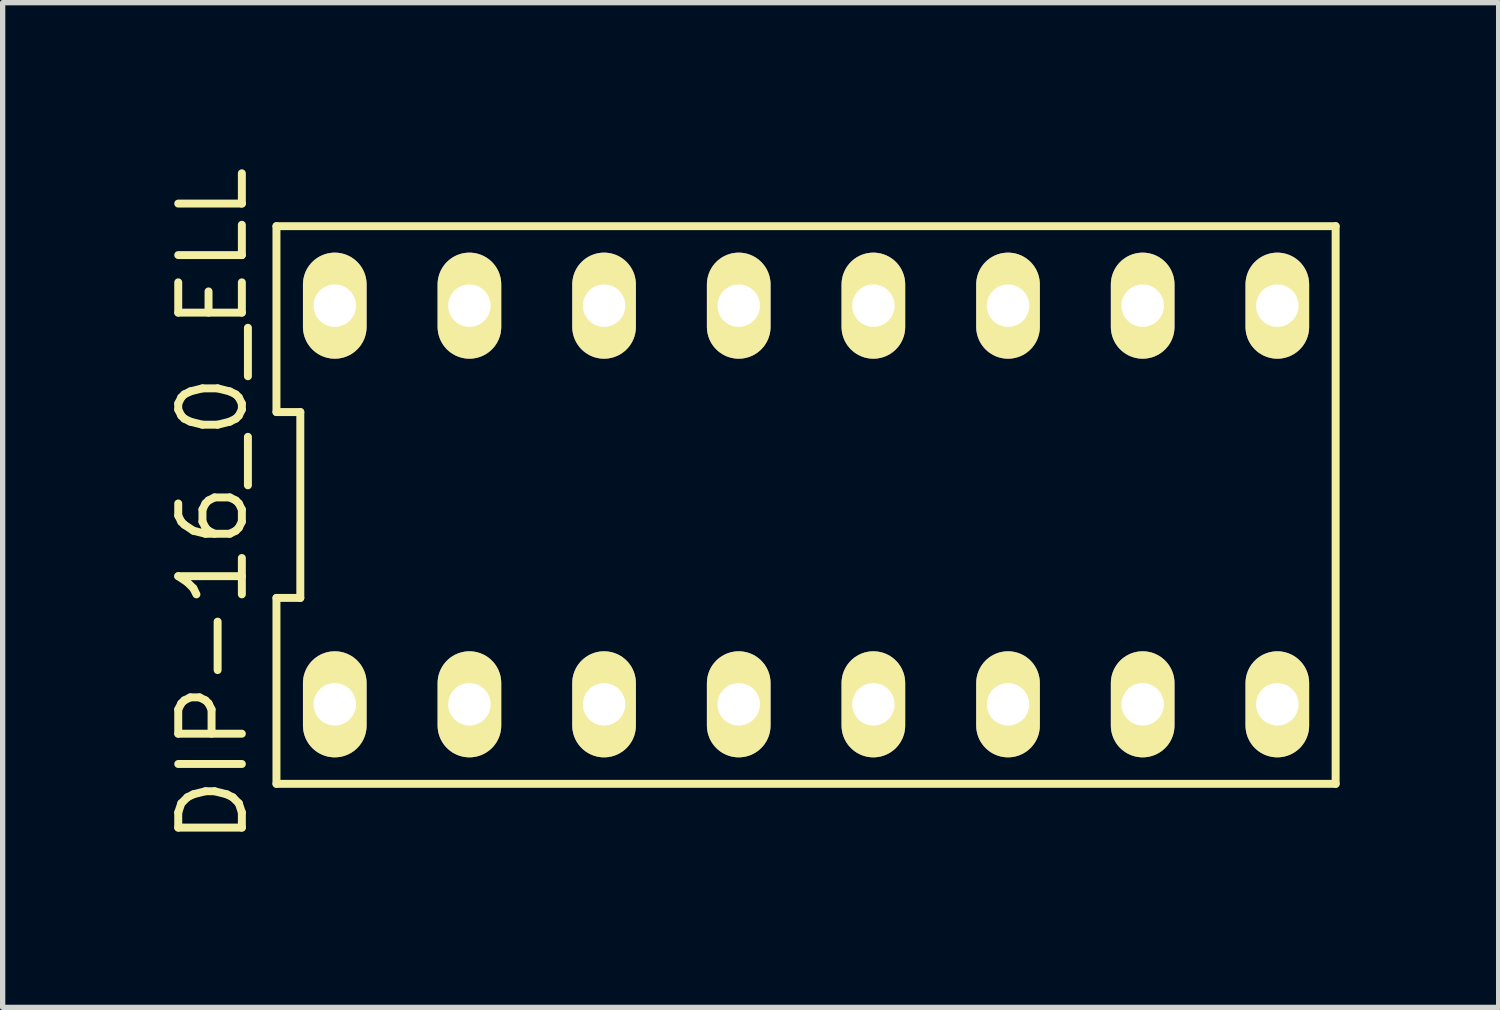
<source format=kicad_pcb>
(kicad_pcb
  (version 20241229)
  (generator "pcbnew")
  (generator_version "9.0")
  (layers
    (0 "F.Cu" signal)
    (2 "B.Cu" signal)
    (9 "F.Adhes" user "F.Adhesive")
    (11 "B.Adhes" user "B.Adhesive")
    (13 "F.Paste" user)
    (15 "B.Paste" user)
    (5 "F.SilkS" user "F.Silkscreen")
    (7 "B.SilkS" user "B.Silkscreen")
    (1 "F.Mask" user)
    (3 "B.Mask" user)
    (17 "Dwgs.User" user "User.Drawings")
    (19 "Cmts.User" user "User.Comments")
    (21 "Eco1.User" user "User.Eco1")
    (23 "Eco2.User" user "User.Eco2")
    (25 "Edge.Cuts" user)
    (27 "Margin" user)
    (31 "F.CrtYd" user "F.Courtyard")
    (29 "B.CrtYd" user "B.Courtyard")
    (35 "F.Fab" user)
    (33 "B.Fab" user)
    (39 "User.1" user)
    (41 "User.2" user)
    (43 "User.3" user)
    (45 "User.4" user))
  (footprint "DIP-16_0_ELL"
    (layer "F.Cu")
    (at 12.155 6.476)
    (property "Reference" "DIP-16_0_ELL" (at -11.19 0 90) (layer "F.SilkS") (effects (font (size 1.2 1.2) (thickness 0.15))))
    (attr through_hole)
    (fp_line (start -9.99 -5.26) (end -9.99 -1.753) (stroke (width 0.15) (type solid)) (layer "F.SilkS"))
    (fp_line (start -9.99 -1.753) (end -9.54 -1.753) (stroke (width 0.15) (type solid)) (layer "F.SilkS"))
    (fp_line (start -9.99 1.753) (end -9.99 5.26) (stroke (width 0.15) (type solid)) (layer "F.SilkS"))
    (fp_line (start -9.99 5.26) (end 9.99 5.26) (stroke (width 0.15) (type solid)) (layer "F.SilkS"))
    (fp_line (start -9.54 -1.753) (end -9.54 1.753) (stroke (width 0.15) (type solid)) (layer "F.SilkS"))
    (fp_line (start -9.54 1.753) (end -9.99 1.753) (stroke (width 0.15) (type solid)) (layer "F.SilkS"))
    (fp_line (start 9.99 -5.26) (end -9.99 -5.26) (stroke (width 0.15) (type solid)) (layer "F.SilkS"))
    (fp_line (start 9.99 5.26) (end 9.99 -5.26) (stroke (width 0.15) (type solid)) (layer "F.SilkS"))
    (pad "1" thru_hole oval (at -8.89 3.76) (size 1.2 2) (drill 0.8) (layers "*.Cu" "*.Mask" "F.SilkS"))
    (pad "2" thru_hole oval (at -6.35 3.76) (size 1.2 2) (drill 0.8) (layers "*.Cu" "*.Mask" "F.SilkS"))
    (pad "3" thru_hole oval (at -3.81 3.76) (size 1.2 2) (drill 0.8) (layers "*.Cu" "*.Mask" "F.SilkS"))
    (pad "4" thru_hole oval (at -1.27 3.76) (size 1.2 2) (drill 0.8) (layers "*.Cu" "*.Mask" "F.SilkS"))
    (pad "5" thru_hole oval (at 1.27 3.76) (size 1.2 2) (drill 0.8) (layers "*.Cu" "*.Mask" "F.SilkS"))
    (pad "6" thru_hole oval (at 3.81 3.76) (size 1.2 2) (drill 0.8) (layers "*.Cu" "*.Mask" "F.SilkS"))
    (pad "7" thru_hole oval (at 6.35 3.76) (size 1.2 2) (drill 0.8) (layers "*.Cu" "*.Mask" "F.SilkS"))
    (pad "8" thru_hole oval (at 8.89 3.76) (size 1.2 2) (drill 0.8) (layers "*.Cu" "*.Mask" "F.SilkS"))
    (pad "9" thru_hole oval (at 8.89 -3.76) (size 1.2 2) (drill 0.8) (layers "*.Cu" "*.Mask" "F.SilkS"))
    (pad "10" thru_hole oval (at 6.35 -3.76) (size 1.2 2) (drill 0.8) (layers "*.Cu" "*.Mask" "F.SilkS"))
    (pad "11" thru_hole oval (at 3.81 -3.76) (size 1.2 2) (drill 0.8) (layers "*.Cu" "*.Mask" "F.SilkS"))
    (pad "12" thru_hole oval (at 1.27 -3.76) (size 1.2 2) (drill 0.8) (layers "*.Cu" "*.Mask" "F.SilkS"))
    (pad "13" thru_hole oval (at -1.27 -3.76) (size 1.2 2) (drill 0.8) (layers "*.Cu" "*.Mask" "F.SilkS"))
    (pad "14" thru_hole oval (at -3.81 -3.76) (size 1.2 2) (drill 0.8) (layers "*.Cu" "*.Mask" "F.SilkS"))
    (pad "15" thru_hole oval (at -6.35 -3.76) (size 1.2 2) (drill 0.8) (layers "*.Cu" "*.Mask" "F.SilkS"))
    (pad "16" thru_hole oval (at -8.89 -3.76) (size 1.2 2) (drill 0.8) (layers "*.Cu" "*.Mask" "F.SilkS")))
  (gr_rect
    (start -3 -3)
    (end 25.22 15.953)
    (stroke (width 0.1) (type default))
    (fill no)
    (layer "Edge.Cuts")))
</source>
